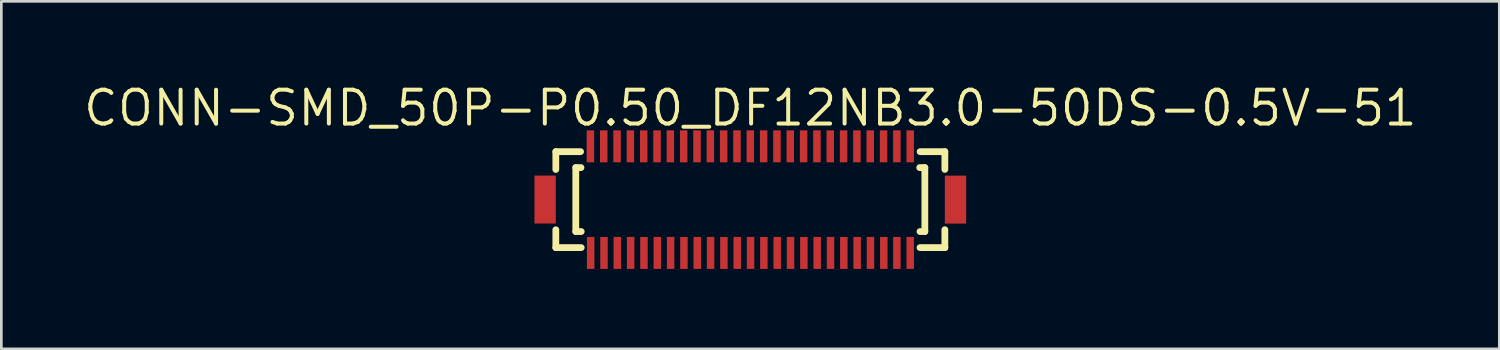
<source format=kicad_pcb>
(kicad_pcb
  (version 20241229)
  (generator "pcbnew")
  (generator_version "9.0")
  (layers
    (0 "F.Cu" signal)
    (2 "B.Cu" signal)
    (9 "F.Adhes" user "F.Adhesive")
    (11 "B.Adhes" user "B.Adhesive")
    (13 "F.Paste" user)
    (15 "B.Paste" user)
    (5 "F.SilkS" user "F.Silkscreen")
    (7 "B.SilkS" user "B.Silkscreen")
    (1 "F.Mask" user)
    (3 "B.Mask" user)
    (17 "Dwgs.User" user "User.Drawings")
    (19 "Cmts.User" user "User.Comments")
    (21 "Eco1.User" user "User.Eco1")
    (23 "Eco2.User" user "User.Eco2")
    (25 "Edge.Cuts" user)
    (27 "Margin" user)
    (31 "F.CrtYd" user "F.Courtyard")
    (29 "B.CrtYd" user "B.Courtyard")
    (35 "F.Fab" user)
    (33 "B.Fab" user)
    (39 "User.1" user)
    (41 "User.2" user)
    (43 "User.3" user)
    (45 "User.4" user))
  (footprint "CONN-SMD_50P-P0.50_DF12NB3.0-50DS-0.5V-51"
    (layer "F.Cu")
    (at 25.105 4.441)
    (property "Reference" "CONN-SMD_50P-P0.50_DF12NB3.0-50DS-0.5V-51" (at 0 -3.435 0) (layer "F.SilkS") (effects (font (size 1.27 1.27) (thickness 0.15))))
    (fp_line (start -7.298 -1.8) (end -6.369 -1.8) (stroke (width 0.254) (type default)) (layer "F.SilkS"))
    (fp_line (start -7.298 -1.132) (end -7.298 -1.8) (stroke (width 0.254) (type default)) (layer "F.SilkS"))
    (fp_line (start -7.298 1.8) (end -7.298 1.13) (stroke (width 0.254) (type default)) (layer "F.SilkS"))
    (fp_line (start -7.298 1.8) (end -6.345 1.8) (stroke (width 0.254) (type default)) (layer "F.SilkS"))
    (fp_line (start -6.549 -1.202) (end -6.549 1.198) (stroke (width 0.254) (type default)) (layer "F.SilkS"))
    (fp_line (start -6.549 -1.202) (end -6.354 -1.202) (stroke (width 0.254) (type default)) (layer "F.SilkS"))
    (fp_line (start -6.345 1.198) (end -6.549 1.198) (stroke (width 0.254) (type default)) (layer "F.SilkS"))
    (fp_line (start 6.356 -1.202) (end 6.549 -1.202) (stroke (width 0.254) (type default)) (layer "F.SilkS"))
    (fp_line (start 6.367 1.8) (end 7.3 1.8) (stroke (width 0.254) (type default)) (layer "F.SilkS"))
    (fp_line (start 6.371 -1.8) (end 7.3 -1.8) (stroke (width 0.254) (type default)) (layer "F.SilkS"))
    (fp_line (start 6.549 -1.202) (end 6.549 1.198) (stroke (width 0.254) (type default)) (layer "F.SilkS"))
    (fp_line (start 6.549 1.198) (end 6.367 1.198) (stroke (width 0.254) (type default)) (layer "F.SilkS"))
    (fp_line (start 7.3 -1.8) (end 7.3 -1.134) (stroke (width 0.254) (type default)) (layer "F.SilkS"))
    (fp_line (start 7.3 1.8) (end 7.3 1.128) (stroke (width 0.254) (type default)) (layer "F.SilkS"))
    (fp_circle (center 7.8 2.3) (end 7.83 2.3) (stroke (width 0.06) (type default)) (fill no) (layer "User.5"))
    (pad "1" smd rect (at 6 2 90) (size 1.2 0.28) (layers "F.Cu" "F.Mask" "F.Paste"))
    (pad "2" smd rect (at 6 -2 90) (size 1.2 0.28) (layers "F.Cu" "F.Mask" "F.Paste"))
    (pad "3" smd rect (at 5.5 2 90) (size 1.2 0.28) (layers "F.Cu" "F.Mask" "F.Paste"))
    (pad "4" smd rect (at 5.5 -2 90) (size 1.2 0.28) (layers "F.Cu" "F.Mask" "F.Paste"))
    (pad "5" smd rect (at 5.009 2 90) (size 1.2 0.28) (layers "F.Cu" "F.Mask" "F.Paste"))
    (pad "6" smd rect (at 5 -2 90) (size 1.2 0.28) (layers "F.Cu" "F.Mask" "F.Paste"))
    (pad "7" smd rect (at 4.509 2 90) (size 1.2 0.28) (layers "F.Cu" "F.Mask" "F.Paste"))
    (pad "8" smd rect (at 4.5 -2 90) (size 1.2 0.28) (layers "F.Cu" "F.Mask" "F.Paste"))
    (pad "9" smd rect (at 4.009 2 90) (size 1.2 0.28) (layers "F.Cu" "F.Mask" "F.Paste"))
    (pad "10" smd rect (at 4 -2 90) (size 1.2 0.28) (layers "F.Cu" "F.Mask" "F.Paste"))
    (pad "11" smd rect (at 3.509 2 90) (size 1.2 0.28) (layers "F.Cu" "F.Mask" "F.Paste"))
    (pad "12" smd rect (at 3.5 -2 90) (size 1.2 0.28) (layers "F.Cu" "F.Mask" "F.Paste"))
    (pad "13" smd rect (at 3.009 2 90) (size 1.2 0.28) (layers "F.Cu" "F.Mask" "F.Paste"))
    (pad "14" smd rect (at 3 -2 90) (size 1.2 0.28) (layers "F.Cu" "F.Mask" "F.Paste"))
    (pad "15" smd rect (at 2.509 2 90) (size 1.2 0.28) (layers "F.Cu" "F.Mask" "F.Paste"))
    (pad "16" smd rect (at 2.5 -2 90) (size 1.2 0.28) (layers "F.Cu" "F.Mask" "F.Paste"))
    (pad "17" smd rect (at 2.009 2 90) (size 1.2 0.28) (layers "F.Cu" "F.Mask" "F.Paste"))
    (pad "18" smd rect (at 2 -2 90) (size 1.2 0.28) (layers "F.Cu" "F.Mask" "F.Paste"))
    (pad "19" smd rect (at 1.509 2 90) (size 1.2 0.28) (layers "F.Cu" "F.Mask" "F.Paste"))
    (pad "20" smd rect (at 1.5 -2 90) (size 1.2 0.28) (layers "F.Cu" "F.Mask" "F.Paste"))
    (pad "21" smd rect (at 1.009 2 90) (size 1.2 0.28) (layers "F.Cu" "F.Mask" "F.Paste"))
    (pad "22" smd rect (at 1 -2 90) (size 1.2 0.28) (layers "F.Cu" "F.Mask" "F.Paste"))
    (pad "23" smd rect (at 0.509 2 90) (size 1.2 0.28) (layers "F.Cu" "F.Mask" "F.Paste"))
    (pad "24" smd rect (at 0.5 -2 90) (size 1.2 0.28) (layers "F.Cu" "F.Mask" "F.Paste"))
    (pad "25" smd rect (at 0.009 2 90) (size 1.2 0.28) (layers "F.Cu" "F.Mask" "F.Paste"))
    (pad "26" smd rect (at -0.0003 -2 90) (size 1.2 0.28) (layers "F.Cu" "F.Mask" "F.Paste"))
    (pad "27" smd rect (at -0.491 2 90) (size 1.2 0.28) (layers "F.Cu" "F.Mask" "F.Paste"))
    (pad "28" smd rect (at -0.5 -2 90) (size 1.2 0.28) (layers "F.Cu" "F.Mask" "F.Paste"))
    (pad "29" smd rect (at -0.991 2 90) (size 1.2 0.28) (layers "F.Cu" "F.Mask" "F.Paste"))
    (pad "30" smd rect (at -1 -2 90) (size 1.2 0.28) (layers "F.Cu" "F.Mask" "F.Paste"))
    (pad "31" smd rect (at -1.491 2 90) (size 1.2 0.28) (layers "F.Cu" "F.Mask" "F.Paste"))
    (pad "32" smd rect (at -1.5 -2 90) (size 1.2 0.28) (layers "F.Cu" "F.Mask" "F.Paste"))
    (pad "33" smd rect (at -1.991 2 90) (size 1.2 0.28) (layers "F.Cu" "F.Mask" "F.Paste"))
    (pad "34" smd rect (at -2 -2 90) (size 1.2 0.28) (layers "F.Cu" "F.Mask" "F.Paste"))
    (pad "35" smd rect (at -2.491 2 90) (size 1.2 0.28) (layers "F.Cu" "F.Mask" "F.Paste"))
    (pad "36" smd rect (at -2.5 -2 90) (size 1.2 0.28) (layers "F.Cu" "F.Mask" "F.Paste"))
    (pad "37" smd rect (at -2.991 2 90) (size 1.2 0.28) (layers "F.Cu" "F.Mask" "F.Paste"))
    (pad "38" smd rect (at -3 -2 90) (size 1.2 0.28) (layers "F.Cu" "F.Mask" "F.Paste"))
    (pad "39" smd rect (at -3.491 2 90) (size 1.2 0.28) (layers "F.Cu" "F.Mask" "F.Paste"))
    (pad "40" smd rect (at -3.5 -2 90) (size 1.2 0.28) (layers "F.Cu" "F.Mask" "F.Paste"))
    (pad "41" smd rect (at -3.991 2 90) (size 1.2 0.28) (layers "F.Cu" "F.Mask" "F.Paste"))
    (pad "42" smd rect (at -4 -2 90) (size 1.2 0.28) (layers "F.Cu" "F.Mask" "F.Paste"))
    (pad "43" smd rect (at -4.491 2 90) (size 1.2 0.28) (layers "F.Cu" "F.Mask" "F.Paste"))
    (pad "44" smd rect (at -4.5 -2 90) (size 1.2 0.28) (layers "F.Cu" "F.Mask" "F.Paste"))
    (pad "45" smd rect (at -4.991 2 90) (size 1.2 0.28) (layers "F.Cu" "F.Mask" "F.Paste"))
    (pad "46" smd rect (at -5 -2 90) (size 1.2 0.28) (layers "F.Cu" "F.Mask" "F.Paste"))
    (pad "47" smd rect (at -5.491 2 90) (size 1.2 0.28) (layers "F.Cu" "F.Mask" "F.Paste"))
    (pad "48" smd rect (at -5.5 -2 90) (size 1.2 0.28) (layers "F.Cu" "F.Mask" "F.Paste"))
    (pad "49" smd rect (at -5.991 2 90) (size 1.2 0.28) (layers "F.Cu" "F.Mask" "F.Paste"))
    (pad "50" smd rect (at -6 -2 90) (size 1.2 0.28) (layers "F.Cu" "F.Mask" "F.Paste"))
    (pad "51" smd rect (at -7.7 -0.003 180) (size 0.8 1.8) (layers "F.Cu" "F.Mask" "F.Paste"))
    (pad "52" smd rect (at 7.7 -0.001) (size 0.8 1.8) (layers "F.Cu" "F.Mask" "F.Paste"))
    (zone (net_name "") (layer "F.SilkS") (hatch edge 0.5) (priority 100) (connect_pads yes) (min_thickness 0) (filled_areas_thickness no) (fill yes) (polygon (pts (xy 31.355 6.941) (xy 31.855 6.941) (xy 31.605 6.441))) (filled_polygon (layer "F.SilkS") (island) (pts (xy 31.355 6.941) (xy 31.855 6.941) (xy 31.605 6.441))))
    (zone (net_name "") (layer "User.3") (hatch edge 0.5) (priority 100) (connect_pads yes) (min_thickness 0) (filled_areas_thickness no) (fill yes) (polygon (pts (xy 17.805 6.241) (xy 17.805 2.641) (xy 32.405 2.641) (xy 32.405 6.241))) (filled_polygon (layer "User.3") (island) (pts (xy 17.805 6.241) (xy 17.805 2.641) (xy 32.405 2.641) (xy 32.405 6.241))))
    (zone (net_name "") (layer "User.4") (hatch edge 0.5) (priority 100) (connect_pads yes) (min_thickness 0) (filled_areas_thickness no) (fill yes) (polygon (pts (xy 17.855 5.188) (xy 17.305 5.188) (xy 17.305 3.688) (xy 17.855 3.688))) (filled_polygon (layer "User.4") (island) (pts (xy 17.855 5.188) (xy 17.305 5.188) (xy 17.305 3.688) (xy 17.855 3.688))))
    (zone (net_name "") (layer "User.4") (hatch edge 0.5) (priority 100) (connect_pads yes) (min_thickness 0) (filled_areas_thickness no) (fill yes) (polygon (pts (xy 19.205 2.141) (xy 19.205 2.941) (xy 19.005 2.941) (xy 19.005 2.141))) (filled_polygon (layer "User.4") (island) (pts (xy 19.205 2.141) (xy 19.205 2.941) (xy 19.005 2.941) (xy 19.005 2.141))))
    (zone (net_name "") (layer "User.4") (hatch edge 0.5) (priority 100) (connect_pads yes) (min_thickness 0) (filled_areas_thickness no) (fill yes) (polygon (pts (xy 19.214 5.941) (xy 19.214 6.741) (xy 19.014 6.741) (xy 19.014 5.941))) (filled_polygon (layer "User.4") (island) (pts (xy 19.214 5.941) (xy 19.214 6.741) (xy 19.014 6.741) (xy 19.014 5.941))))
    (zone (net_name "") (layer "User.4") (hatch edge 0.5) (priority 100) (connect_pads yes) (min_thickness 0) (filled_areas_thickness no) (fill yes) (polygon (pts (xy 19.705 2.141) (xy 19.705 2.941) (xy 19.505 2.941) (xy 19.505 2.141))) (filled_polygon (layer "User.4") (island) (pts (xy 19.705 2.141) (xy 19.705 2.941) (xy 19.505 2.941) (xy 19.505 2.141))))
    (zone (net_name "") (layer "User.4") (hatch edge 0.5) (priority 100) (connect_pads yes) (min_thickness 0) (filled_areas_thickness no) (fill yes) (polygon (pts (xy 19.714 5.941) (xy 19.714 6.741) (xy 19.514 6.741) (xy 19.514 5.941))) (filled_polygon (layer "User.4") (island) (pts (xy 19.714 5.941) (xy 19.714 6.741) (xy 19.514 6.741) (xy 19.514 5.941))))
    (zone (net_name "") (layer "User.4") (hatch edge 0.5) (priority 100) (connect_pads yes) (min_thickness 0) (filled_areas_thickness no) (fill yes) (polygon (pts (xy 20.205 2.141) (xy 20.205 2.941) (xy 20.005 2.941) (xy 20.005 2.141))) (filled_polygon (layer "User.4") (island) (pts (xy 20.205 2.141) (xy 20.205 2.941) (xy 20.005 2.941) (xy 20.005 2.141))))
    (zone (net_name "") (layer "User.4") (hatch edge 0.5) (priority 100) (connect_pads yes) (min_thickness 0) (filled_areas_thickness no) (fill yes) (polygon (pts (xy 20.214 5.941) (xy 20.214 6.741) (xy 20.014 6.741) (xy 20.014 5.941))) (filled_polygon (layer "User.4") (island) (pts (xy 20.214 5.941) (xy 20.214 6.741) (xy 20.014 6.741) (xy 20.014 5.941))))
    (zone (net_name "") (layer "User.4") (hatch edge 0.5) (priority 100) (connect_pads yes) (min_thickness 0) (filled_areas_thickness no) (fill yes) (polygon (pts (xy 20.705 2.141) (xy 20.705 2.941) (xy 20.505 2.941) (xy 20.505 2.141))) (filled_polygon (layer "User.4") (island) (pts (xy 20.705 2.141) (xy 20.705 2.941) (xy 20.505 2.941) (xy 20.505 2.141))))
    (zone (net_name "") (layer "User.4") (hatch edge 0.5) (priority 100) (connect_pads yes) (min_thickness 0) (filled_areas_thickness no) (fill yes) (polygon (pts (xy 20.714 5.941) (xy 20.714 6.741) (xy 20.514 6.741) (xy 20.514 5.941))) (filled_polygon (layer "User.4") (island) (pts (xy 20.714 5.941) (xy 20.714 6.741) (xy 20.514 6.741) (xy 20.514 5.941))))
    (zone (net_name "") (layer "User.4") (hatch edge 0.5) (priority 100) (connect_pads yes) (min_thickness 0) (filled_areas_thickness no) (fill yes) (polygon (pts (xy 21.205 2.141) (xy 21.205 2.941) (xy 21.005 2.941) (xy 21.005 2.141))) (filled_polygon (layer "User.4") (island) (pts (xy 21.205 2.141) (xy 21.205 2.941) (xy 21.005 2.941) (xy 21.005 2.141))))
    (zone (net_name "") (layer "User.4") (hatch edge 0.5) (priority 100) (connect_pads yes) (min_thickness 0) (filled_areas_thickness no) (fill yes) (polygon (pts (xy 21.214 5.941) (xy 21.214 6.741) (xy 21.014 6.741) (xy 21.014 5.941))) (filled_polygon (layer "User.4") (island) (pts (xy 21.214 5.941) (xy 21.214 6.741) (xy 21.014 6.741) (xy 21.014 5.941))))
    (zone (net_name "") (layer "User.4") (hatch edge 0.5) (priority 100) (connect_pads yes) (min_thickness 0) (filled_areas_thickness no) (fill yes) (polygon (pts (xy 21.705 2.141) (xy 21.705 2.941) (xy 21.505 2.941) (xy 21.505 2.141))) (filled_polygon (layer "User.4") (island) (pts (xy 21.705 2.141) (xy 21.705 2.941) (xy 21.505 2.941) (xy 21.505 2.141))))
    (zone (net_name "") (layer "User.4") (hatch edge 0.5) (priority 100) (connect_pads yes) (min_thickness 0) (filled_areas_thickness no) (fill yes) (polygon (pts (xy 21.714 5.941) (xy 21.714 6.741) (xy 21.514 6.741) (xy 21.514 5.941))) (filled_polygon (layer "User.4") (island) (pts (xy 21.714 5.941) (xy 21.714 6.741) (xy 21.514 6.741) (xy 21.514 5.941))))
    (zone (net_name "") (layer "User.4") (hatch edge 0.5) (priority 100) (connect_pads yes) (min_thickness 0) (filled_areas_thickness no) (fill yes) (polygon (pts (xy 22.205 2.141) (xy 22.205 2.941) (xy 22.005 2.941) (xy 22.005 2.141))) (filled_polygon (layer "User.4") (island) (pts (xy 22.205 2.141) (xy 22.205 2.941) (xy 22.005 2.941) (xy 22.005 2.141))))
    (zone (net_name "") (layer "User.4") (hatch edge 0.5) (priority 100) (connect_pads yes) (min_thickness 0) (filled_areas_thickness no) (fill yes) (polygon (pts (xy 22.214 5.941) (xy 22.214 6.741) (xy 22.014 6.741) (xy 22.014 5.941))) (filled_polygon (layer "User.4") (island) (pts (xy 22.214 5.941) (xy 22.214 6.741) (xy 22.014 6.741) (xy 22.014 5.941))))
    (zone (net_name "") (layer "User.4") (hatch edge 0.5) (priority 100) (connect_pads yes) (min_thickness 0) (filled_areas_thickness no) (fill yes) (polygon (pts (xy 22.705 2.141) (xy 22.705 2.941) (xy 22.505 2.941) (xy 22.505 2.141))) (filled_polygon (layer "User.4") (island) (pts (xy 22.705 2.141) (xy 22.705 2.941) (xy 22.505 2.941) (xy 22.505 2.141))))
    (zone (net_name "") (layer "User.4") (hatch edge 0.5) (priority 100) (connect_pads yes) (min_thickness 0) (filled_areas_thickness no) (fill yes) (polygon (pts (xy 22.714 5.941) (xy 22.714 6.741) (xy 22.514 6.741) (xy 22.514 5.941))) (filled_polygon (layer "User.4") (island) (pts (xy 22.714 5.941) (xy 22.714 6.741) (xy 22.514 6.741) (xy 22.514 5.941))))
    (zone (net_name "") (layer "User.4") (hatch edge 0.5) (priority 100) (connect_pads yes) (min_thickness 0) (filled_areas_thickness no) (fill yes) (polygon (pts (xy 23.205 2.141) (xy 23.205 2.941) (xy 23.005 2.941) (xy 23.005 2.141))) (filled_polygon (layer "User.4") (island) (pts (xy 23.205 2.141) (xy 23.205 2.941) (xy 23.005 2.941) (xy 23.005 2.141))))
    (zone (net_name "") (layer "User.4") (hatch edge 0.5) (priority 100) (connect_pads yes) (min_thickness 0) (filled_areas_thickness no) (fill yes) (polygon (pts (xy 23.214 5.941) (xy 23.214 6.741) (xy 23.014 6.741) (xy 23.014 5.941))) (filled_polygon (layer "User.4") (island) (pts (xy 23.214 5.941) (xy 23.214 6.741) (xy 23.014 6.741) (xy 23.014 5.941))))
    (zone (net_name "") (layer "User.4") (hatch edge 0.5) (priority 100) (connect_pads yes) (min_thickness 0) (filled_areas_thickness no) (fill yes) (polygon (pts (xy 23.705 2.141) (xy 23.705 2.941) (xy 23.505 2.941) (xy 23.505 2.141))) (filled_polygon (layer "User.4") (island) (pts (xy 23.705 2.141) (xy 23.705 2.941) (xy 23.505 2.941) (xy 23.505 2.141))))
    (zone (net_name "") (layer "User.4") (hatch edge 0.5) (priority 100) (connect_pads yes) (min_thickness 0) (filled_areas_thickness no) (fill yes) (polygon (pts (xy 23.714 5.941) (xy 23.714 6.741) (xy 23.514 6.741) (xy 23.514 5.941))) (filled_polygon (layer "User.4") (island) (pts (xy 23.714 5.941) (xy 23.714 6.741) (xy 23.514 6.741) (xy 23.514 5.941))))
    (zone (net_name "") (layer "User.4") (hatch edge 0.5) (priority 100) (connect_pads yes) (min_thickness 0) (filled_areas_thickness no) (fill yes) (polygon (pts (xy 24.205 2.141) (xy 24.205 2.941) (xy 24.005 2.941) (xy 24.005 2.141))) (filled_polygon (layer "User.4") (island) (pts (xy 24.205 2.141) (xy 24.205 2.941) (xy 24.005 2.941) (xy 24.005 2.141))))
    (zone (net_name "") (layer "User.4") (hatch edge 0.5) (priority 100) (connect_pads yes) (min_thickness 0) (filled_areas_thickness no) (fill yes) (polygon (pts (xy 24.214 5.941) (xy 24.214 6.741) (xy 24.014 6.741) (xy 24.014 5.941))) (filled_polygon (layer "User.4") (island) (pts (xy 24.214 5.941) (xy 24.214 6.741) (xy 24.014 6.741) (xy 24.014 5.941))))
    (zone (net_name "") (layer "User.4") (hatch edge 0.5) (priority 100) (connect_pads yes) (min_thickness 0) (filled_areas_thickness no) (fill yes) (polygon (pts (xy 24.705 2.141) (xy 24.705 2.941) (xy 24.505 2.941) (xy 24.505 2.141))) (filled_polygon (layer "User.4") (island) (pts (xy 24.705 2.141) (xy 24.705 2.941) (xy 24.505 2.941) (xy 24.505 2.141))))
    (zone (net_name "") (layer "User.4") (hatch edge 0.5) (priority 100) (connect_pads yes) (min_thickness 0) (filled_areas_thickness no) (fill yes) (polygon (pts (xy 24.714 5.941) (xy 24.714 6.741) (xy 24.514 6.741) (xy 24.514 5.941))) (filled_polygon (layer "User.4") (island) (pts (xy 24.714 5.941) (xy 24.714 6.741) (xy 24.514 6.741) (xy 24.514 5.941))))
    (zone (net_name "") (layer "User.4") (hatch edge 0.5) (priority 100) (connect_pads yes) (min_thickness 0) (filled_areas_thickness no) (fill yes) (polygon (pts (xy 25.205 2.141) (xy 25.205 2.941) (xy 25.005 2.941) (xy 25.005 2.141))) (filled_polygon (layer "User.4") (island) (pts (xy 25.205 2.141) (xy 25.205 2.941) (xy 25.005 2.941) (xy 25.005 2.141))))
    (zone (net_name "") (layer "User.4") (hatch edge 0.5) (priority 100) (connect_pads yes) (min_thickness 0) (filled_areas_thickness no) (fill yes) (polygon (pts (xy 25.214 5.941) (xy 25.214 6.741) (xy 25.014 6.741) (xy 25.014 5.941))) (filled_polygon (layer "User.4") (island) (pts (xy 25.214 5.941) (xy 25.214 6.741) (xy 25.014 6.741) (xy 25.014 5.941))))
    (zone (net_name "") (layer "User.4") (hatch edge 0.5) (priority 100) (connect_pads yes) (min_thickness 0) (filled_areas_thickness no) (fill yes) (polygon (pts (xy 25.705 2.141) (xy 25.705 2.941) (xy 25.505 2.941) (xy 25.505 2.141))) (filled_polygon (layer "User.4") (island) (pts (xy 25.705 2.141) (xy 25.705 2.941) (xy 25.505 2.941) (xy 25.505 2.141))))
    (zone (net_name "") (layer "User.4") (hatch edge 0.5) (priority 100) (connect_pads yes) (min_thickness 0) (filled_areas_thickness no) (fill yes) (polygon (pts (xy 25.714 5.941) (xy 25.714 6.741) (xy 25.514 6.741) (xy 25.514 5.941))) (filled_polygon (layer "User.4") (island) (pts (xy 25.714 5.941) (xy 25.714 6.741) (xy 25.514 6.741) (xy 25.514 5.941))))
    (zone (net_name "") (layer "User.4") (hatch edge 0.5) (priority 100) (connect_pads yes) (min_thickness 0) (filled_areas_thickness no) (fill yes) (polygon (pts (xy 26.205 2.141) (xy 26.205 2.941) (xy 26.005 2.941) (xy 26.005 2.141))) (filled_polygon (layer "User.4") (island) (pts (xy 26.205 2.141) (xy 26.205 2.941) (xy 26.005 2.941) (xy 26.005 2.141))))
    (zone (net_name "") (layer "User.4") (hatch edge 0.5) (priority 100) (connect_pads yes) (min_thickness 0) (filled_areas_thickness no) (fill yes) (polygon (pts (xy 26.214 5.941) (xy 26.214 6.741) (xy 26.014 6.741) (xy 26.014 5.941))) (filled_polygon (layer "User.4") (island) (pts (xy 26.214 5.941) (xy 26.214 6.741) (xy 26.014 6.741) (xy 26.014 5.941))))
    (zone (net_name "") (layer "User.4") (hatch edge 0.5) (priority 100) (connect_pads yes) (min_thickness 0) (filled_areas_thickness no) (fill yes) (polygon (pts (xy 26.705 2.141) (xy 26.705 2.941) (xy 26.505 2.941) (xy 26.505 2.141))) (filled_polygon (layer "User.4") (island) (pts (xy 26.705 2.141) (xy 26.705 2.941) (xy 26.505 2.941) (xy 26.505 2.141))))
    (zone (net_name "") (layer "User.4") (hatch edge 0.5) (priority 100) (connect_pads yes) (min_thickness 0) (filled_areas_thickness no) (fill yes) (polygon (pts (xy 26.714 5.941) (xy 26.714 6.741) (xy 26.514 6.741) (xy 26.514 5.941))) (filled_polygon (layer "User.4") (island) (pts (xy 26.714 5.941) (xy 26.714 6.741) (xy 26.514 6.741) (xy 26.514 5.941))))
    (zone (net_name "") (layer "User.4") (hatch edge 0.5) (priority 100) (connect_pads yes) (min_thickness 0) (filled_areas_thickness no) (fill yes) (polygon (pts (xy 27.205 2.141) (xy 27.205 2.941) (xy 27.005 2.941) (xy 27.005 2.141))) (filled_polygon (layer "User.4") (island) (pts (xy 27.205 2.141) (xy 27.205 2.941) (xy 27.005 2.941) (xy 27.005 2.141))))
    (zone (net_name "") (layer "User.4") (hatch edge 0.5) (priority 100) (connect_pads yes) (min_thickness 0) (filled_areas_thickness no) (fill yes) (polygon (pts (xy 27.214 5.941) (xy 27.214 6.741) (xy 27.014 6.741) (xy 27.014 5.941))) (filled_polygon (layer "User.4") (island) (pts (xy 27.214 5.941) (xy 27.214 6.741) (xy 27.014 6.741) (xy 27.014 5.941))))
    (zone (net_name "") (layer "User.4") (hatch edge 0.5) (priority 100) (connect_pads yes) (min_thickness 0) (filled_areas_thickness no) (fill yes) (polygon (pts (xy 27.705 2.141) (xy 27.705 2.941) (xy 27.505 2.941) (xy 27.505 2.141))) (filled_polygon (layer "User.4") (island) (pts (xy 27.705 2.141) (xy 27.705 2.941) (xy 27.505 2.941) (xy 27.505 2.141))))
    (zone (net_name "") (layer "User.4") (hatch edge 0.5) (priority 100) (connect_pads yes) (min_thickness 0) (filled_areas_thickness no) (fill yes) (polygon (pts (xy 27.714 5.941) (xy 27.714 6.741) (xy 27.514 6.741) (xy 27.514 5.941))) (filled_polygon (layer "User.4") (island) (pts (xy 27.714 5.941) (xy 27.714 6.741) (xy 27.514 6.741) (xy 27.514 5.941))))
    (zone (net_name "") (layer "User.4") (hatch edge 0.5) (priority 100) (connect_pads yes) (min_thickness 0) (filled_areas_thickness no) (fill yes) (polygon (pts (xy 28.205 2.141) (xy 28.205 2.941) (xy 28.005 2.941) (xy 28.005 2.141))) (filled_polygon (layer "User.4") (island) (pts (xy 28.205 2.141) (xy 28.205 2.941) (xy 28.005 2.941) (xy 28.005 2.141))))
    (zone (net_name "") (layer "User.4") (hatch edge 0.5) (priority 100) (connect_pads yes) (min_thickness 0) (filled_areas_thickness no) (fill yes) (polygon (pts (xy 28.214 5.941) (xy 28.214 6.741) (xy 28.014 6.741) (xy 28.014 5.941))) (filled_polygon (layer "User.4") (island) (pts (xy 28.214 5.941) (xy 28.214 6.741) (xy 28.014 6.741) (xy 28.014 5.941))))
    (zone (net_name "") (layer "User.4") (hatch edge 0.5) (priority 100) (connect_pads yes) (min_thickness 0) (filled_areas_thickness no) (fill yes) (polygon (pts (xy 28.705 2.141) (xy 28.705 2.941) (xy 28.505 2.941) (xy 28.505 2.141))) (filled_polygon (layer "User.4") (island) (pts (xy 28.705 2.141) (xy 28.705 2.941) (xy 28.505 2.941) (xy 28.505 2.141))))
    (zone (net_name "") (layer "User.4") (hatch edge 0.5) (priority 100) (connect_pads yes) (min_thickness 0) (filled_areas_thickness no) (fill yes) (polygon (pts (xy 28.714 5.941) (xy 28.714 6.741) (xy 28.514 6.741) (xy 28.514 5.941))) (filled_polygon (layer "User.4") (island) (pts (xy 28.714 5.941) (xy 28.714 6.741) (xy 28.514 6.741) (xy 28.514 5.941))))
    (zone (net_name "") (layer "User.4") (hatch edge 0.5) (priority 100) (connect_pads yes) (min_thickness 0) (filled_areas_thickness no) (fill yes) (polygon (pts (xy 29.205 2.141) (xy 29.205 2.941) (xy 29.005 2.941) (xy 29.005 2.141))) (filled_polygon (layer "User.4") (island) (pts (xy 29.205 2.141) (xy 29.205 2.941) (xy 29.005 2.941) (xy 29.005 2.141))))
    (zone (net_name "") (layer "User.4") (hatch edge 0.5) (priority 100) (connect_pads yes) (min_thickness 0) (filled_areas_thickness no) (fill yes) (polygon (pts (xy 29.214 5.941) (xy 29.214 6.741) (xy 29.014 6.741) (xy 29.014 5.941))) (filled_polygon (layer "User.4") (island) (pts (xy 29.214 5.941) (xy 29.214 6.741) (xy 29.014 6.741) (xy 29.014 5.941))))
    (zone (net_name "") (layer "User.4") (hatch edge 0.5) (priority 100) (connect_pads yes) (min_thickness 0) (filled_areas_thickness no) (fill yes) (polygon (pts (xy 29.705 2.141) (xy 29.705 2.941) (xy 29.505 2.941) (xy 29.505 2.141))) (filled_polygon (layer "User.4") (island) (pts (xy 29.705 2.141) (xy 29.705 2.941) (xy 29.505 2.941) (xy 29.505 2.141))))
    (zone (net_name "") (layer "User.4") (hatch edge 0.5) (priority 100) (connect_pads yes) (min_thickness 0) (filled_areas_thickness no) (fill yes) (polygon (pts (xy 29.714 5.941) (xy 29.714 6.741) (xy 29.514 6.741) (xy 29.514 5.941))) (filled_polygon (layer "User.4") (island) (pts (xy 29.714 5.941) (xy 29.714 6.741) (xy 29.514 6.741) (xy 29.514 5.941))))
    (zone (net_name "") (layer "User.4") (hatch edge 0.5) (priority 100) (connect_pads yes) (min_thickness 0) (filled_areas_thickness no) (fill yes) (polygon (pts (xy 30.205 2.141) (xy 30.205 2.941) (xy 30.005 2.941) (xy 30.005 2.141))) (filled_polygon (layer "User.4") (island) (pts (xy 30.205 2.141) (xy 30.205 2.941) (xy 30.005 2.941) (xy 30.005 2.141))))
    (zone (net_name "") (layer "User.4") (hatch edge 0.5) (priority 100) (connect_pads yes) (min_thickness 0) (filled_areas_thickness no) (fill yes) (polygon (pts (xy 30.214 5.941) (xy 30.214 6.741) (xy 30.014 6.741) (xy 30.014 5.941))) (filled_polygon (layer "User.4") (island) (pts (xy 30.214 5.941) (xy 30.214 6.741) (xy 30.014 6.741) (xy 30.014 5.941))))
    (zone (net_name "") (layer "User.4") (hatch edge 0.5) (priority 100) (connect_pads yes) (min_thickness 0) (filled_areas_thickness no) (fill yes) (polygon (pts (xy 30.705 2.141) (xy 30.705 2.941) (xy 30.505 2.941) (xy 30.505 2.141))) (filled_polygon (layer "User.4") (island) (pts (xy 30.705 2.141) (xy 30.705 2.941) (xy 30.505 2.941) (xy 30.505 2.141))))
    (zone (net_name "") (layer "User.4") (hatch edge 0.5) (priority 100) (connect_pads yes) (min_thickness 0) (filled_areas_thickness no) (fill yes) (polygon (pts (xy 30.705 5.941) (xy 30.705 6.741) (xy 30.505 6.741) (xy 30.505 5.941))) (filled_polygon (layer "User.4") (island) (pts (xy 30.705 5.941) (xy 30.705 6.741) (xy 30.505 6.741) (xy 30.505 5.941))))
    (zone (net_name "") (layer "User.4") (hatch edge 0.5) (priority 100) (connect_pads yes) (min_thickness 0) (filled_areas_thickness no) (fill yes) (polygon (pts (xy 31.205 2.141) (xy 31.205 2.941) (xy 31.005 2.941) (xy 31.005 2.141))) (filled_polygon (layer "User.4") (island) (pts (xy 31.205 2.141) (xy 31.205 2.941) (xy 31.005 2.941) (xy 31.005 2.141))))
    (zone (net_name "") (layer "User.4") (hatch edge 0.5) (priority 100) (connect_pads yes) (min_thickness 0) (filled_areas_thickness no) (fill yes) (polygon (pts (xy 31.205 5.941) (xy 31.205 6.741) (xy 31.005 6.741) (xy 31.005 5.941))) (filled_polygon (layer "User.4") (island) (pts (xy 31.205 5.941) (xy 31.205 6.741) (xy 31.005 6.741) (xy 31.005 5.941))))
    (zone (net_name "") (layer "User.4") (hatch edge 0.5) (priority 100) (connect_pads yes) (min_thickness 0) (filled_areas_thickness no) (fill yes) (polygon (pts (xy 32.355 3.69) (xy 32.905 3.69) (xy 32.905 5.19) (xy 32.355 5.19))) (filled_polygon (layer "User.4") (island) (pts (xy 32.355 3.69) (xy 32.905 3.69) (xy 32.905 5.19) (xy 32.355 5.19)))))
  (gr_rect
    (start -3 -3)
    (end 53.21 10.041)
    (stroke (width 0.1) (type default))
    (fill no)
    (layer "Edge.Cuts")))
</source>
